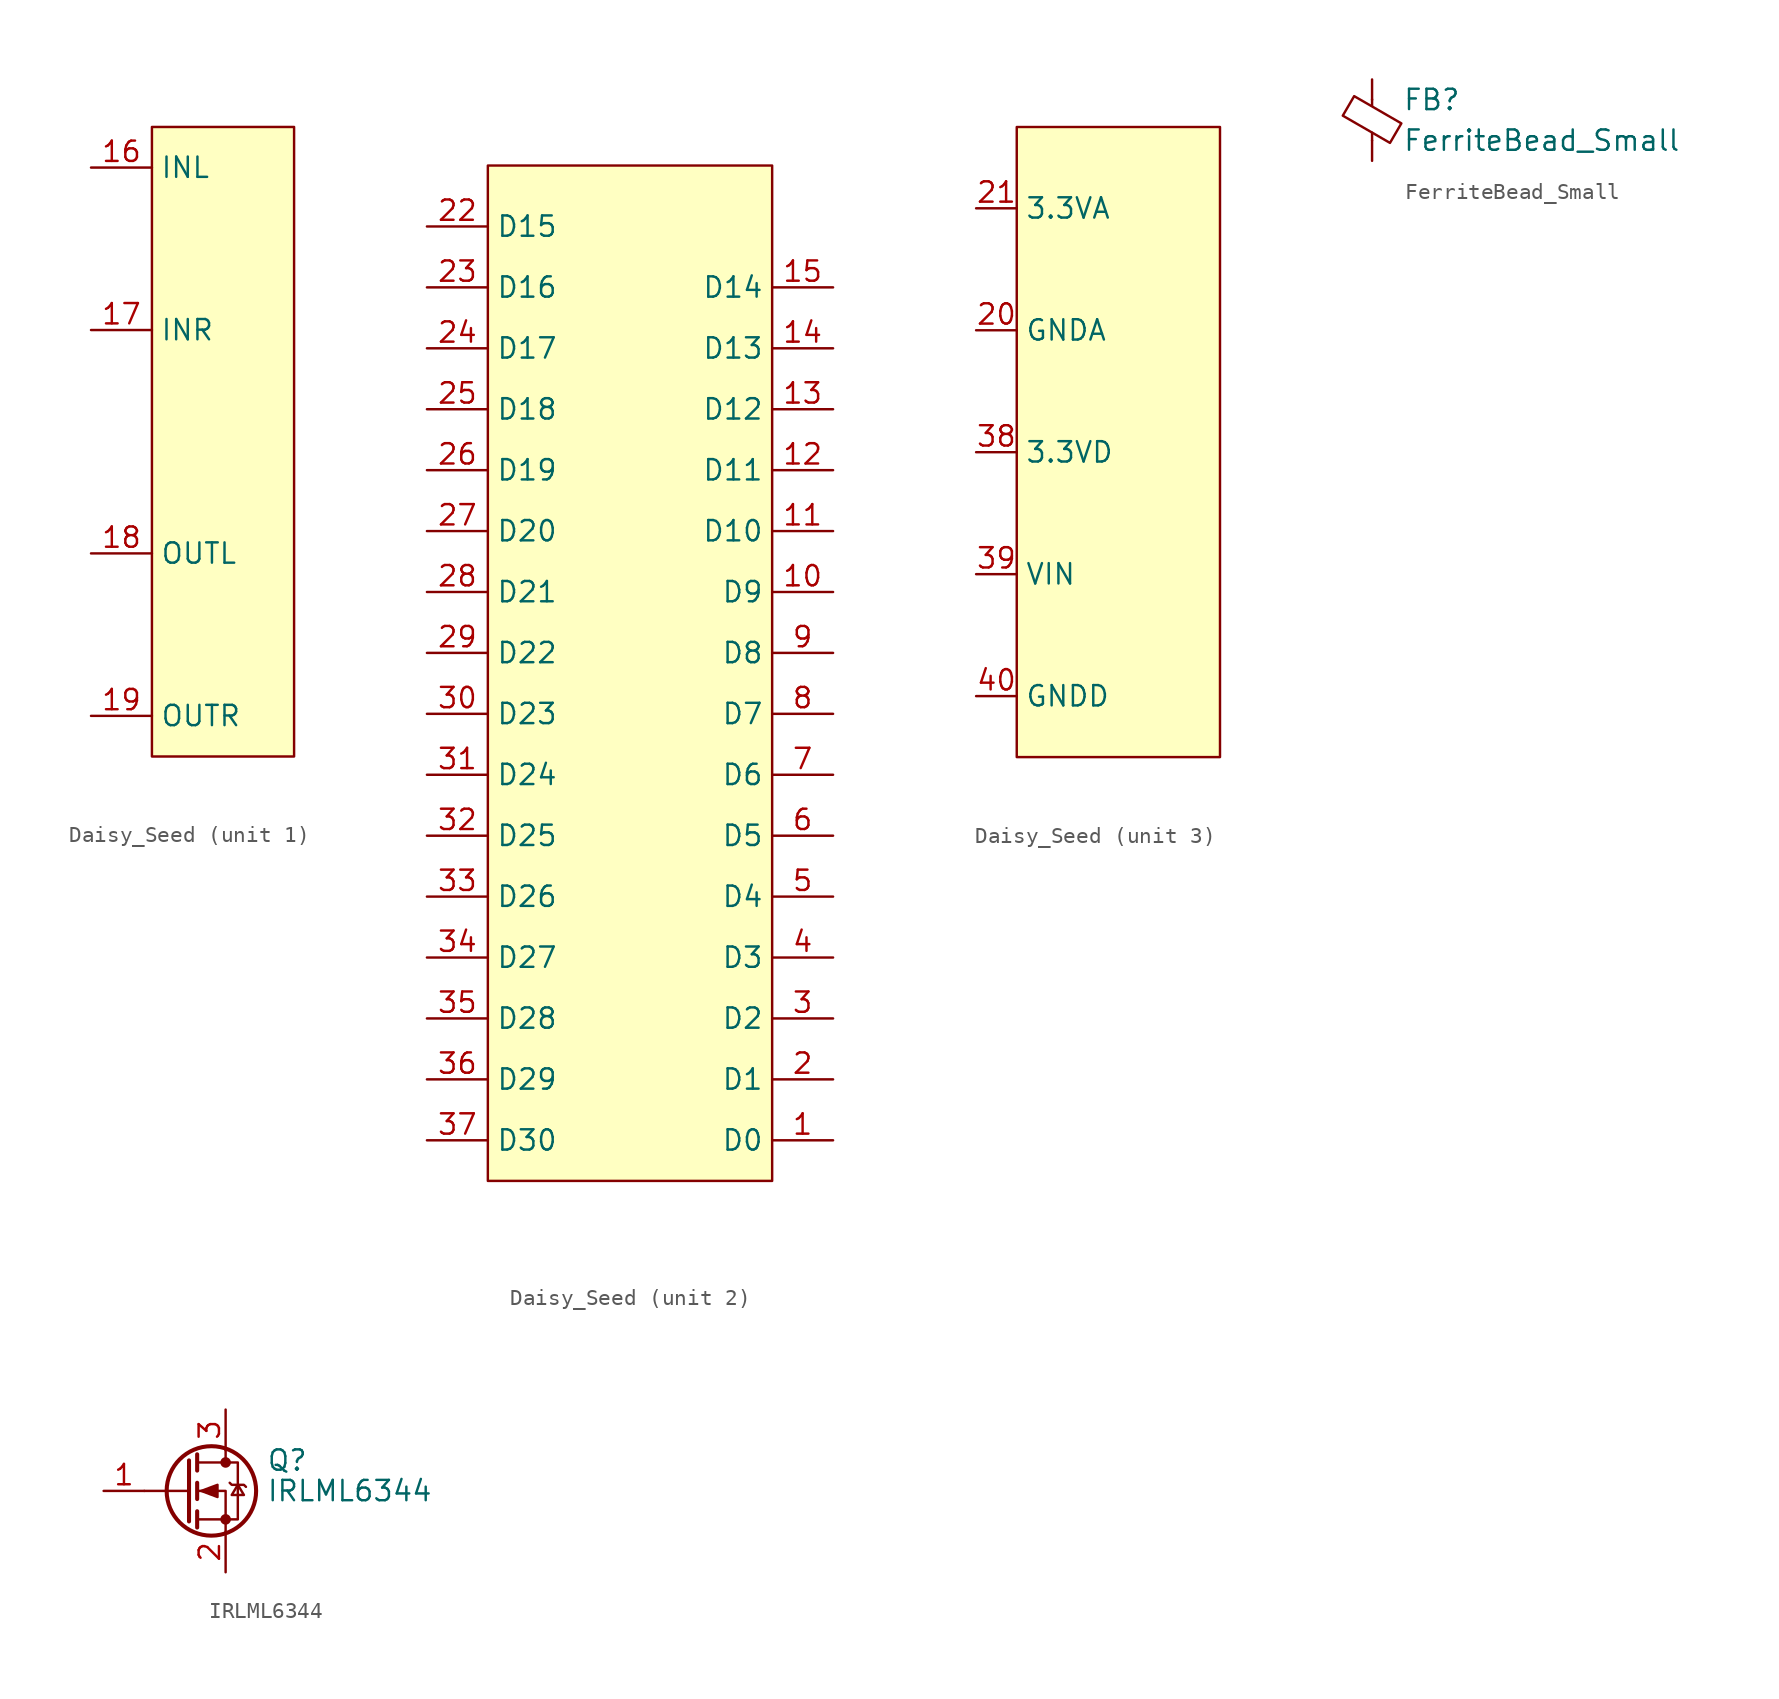
<source format=kicad_sym>
(kicad_symbol_lib
  (version 20241209)
  (generator "kicad_symbol_editor")
  (generator_version "9.0")
  (symbol "Daisy_Seed"
    (property "Reference" "U"
      (at -4.064 9.144 0)
      (effects (font (size 1.27 1.27)) (hide yes)))
    (property "ki_locked" ""
      (at 0 0 0)
      (effects (font (size 1.27 1.27))))
    (symbol "Daisy_Seed_1_1"
      (unit_name "Audio")
      (rectangle (start -3.81 1.27) (end 5.08 -38.1) (stroke (width 0) (type solid)) (fill (type background)))
      (pin input line (at -7.62 -1.27 0) (length 3.81) (name "INL" (effects (font (size 1.27 1.27)))) (number "16" (effects (font (size 1.27 1.27)))))
      (pin input line (at -7.62 -11.43 0) (length 3.81) (name "INR" (effects (font (size 1.27 1.27)))) (number "17" (effects (font (size 1.27 1.27)))))
      (pin output line (at -7.62 -25.4 0) (length 3.81) (name "OUTL" (effects (font (size 1.27 1.27)))) (number "18" (effects (font (size 1.27 1.27)))))
      (pin output line (at -7.62 -35.56 0) (length 3.81) (name "OUTR" (effects (font (size 1.27 1.27)))) (number "19" (effects (font (size 1.27 1.27))))))
    (symbol "Daisy_Seed_2_1"
      (unit_name "E/S")
      (rectangle (start -8.89 1.27) (end 8.89 -62.23) (stroke (width 0) (type solid)) (fill (type background)))
      (pin bidirectional line (at -12.7 -2.54 0) (length 3.81) (name "D15" (effects (font (size 1.27 1.27)))) (number "22" (effects (font (size 1.27 1.27)))))
      (pin bidirectional line (at -12.7 -6.35 0) (length 3.81) (name "D16" (effects (font (size 1.27 1.27)))) (number "23" (effects (font (size 1.27 1.27)))))
      (pin bidirectional line (at -12.7 -10.16 0) (length 3.81) (name "D17" (effects (font (size 1.27 1.27)))) (number "24" (effects (font (size 1.27 1.27)))))
      (pin bidirectional line (at -12.7 -13.97 0) (length 3.81) (name "D18" (effects (font (size 1.27 1.27)))) (number "25" (effects (font (size 1.27 1.27)))))
      (pin bidirectional line (at -12.7 -17.78 0) (length 3.81) (name "D19" (effects (font (size 1.27 1.27)))) (number "26" (effects (font (size 1.27 1.27)))))
      (pin bidirectional line (at -12.7 -21.59 0) (length 3.81) (name "D20" (effects (font (size 1.27 1.27)))) (number "27" (effects (font (size 1.27 1.27)))))
      (pin bidirectional line (at -12.7 -25.4 0) (length 3.81) (name "D21" (effects (font (size 1.27 1.27)))) (number "28" (effects (font (size 1.27 1.27)))))
      (pin bidirectional line (at -12.7 -29.21 0) (length 3.81) (name "D22" (effects (font (size 1.27 1.27)))) (number "29" (effects (font (size 1.27 1.27)))))
      (pin bidirectional line (at -12.7 -33.02 0) (length 3.81) (name "D23" (effects (font (size 1.27 1.27)))) (number "30" (effects (font (size 1.27 1.27)))))
      (pin bidirectional line (at -12.7 -36.83 0) (length 3.81) (name "D24" (effects (font (size 1.27 1.27)))) (number "31" (effects (font (size 1.27 1.27)))))
      (pin bidirectional line (at -12.7 -40.64 0) (length 3.81) (name "D25" (effects (font (size 1.27 1.27)))) (number "32" (effects (font (size 1.27 1.27)))))
      (pin bidirectional line (at -12.7 -44.45 0) (length 3.81) (name "D26" (effects (font (size 1.27 1.27)))) (number "33" (effects (font (size 1.27 1.27)))))
      (pin bidirectional line (at -12.7 -48.26 0) (length 3.81) (name "D27" (effects (font (size 1.27 1.27)))) (number "34" (effects (font (size 1.27 1.27)))))
      (pin bidirectional line (at -12.7 -52.07 0) (length 3.81) (name "D28" (effects (font (size 1.27 1.27)))) (number "35" (effects (font (size 1.27 1.27)))))
      (pin bidirectional line (at -12.7 -55.88 0) (length 3.81) (name "D29" (effects (font (size 1.27 1.27)))) (number "36" (effects (font (size 1.27 1.27)))))
      (pin bidirectional line (at -12.7 -59.69 0) (length 3.81) (name "D30" (effects (font (size 1.27 1.27)))) (number "37" (effects (font (size 1.27 1.27)))))
      (pin bidirectional line (at 12.7 -6.35 180) (length 3.81) (name "D14" (effects (font (size 1.27 1.27)))) (number "15" (effects (font (size 1.27 1.27)))))
      (pin bidirectional line (at 12.7 -10.16 180) (length 3.81) (name "D13" (effects (font (size 1.27 1.27)))) (number "14" (effects (font (size 1.27 1.27)))))
      (pin bidirectional line (at 12.7 -13.97 180) (length 3.81) (name "D12" (effects (font (size 1.27 1.27)))) (number "13" (effects (font (size 1.27 1.27)))))
      (pin bidirectional line (at 12.7 -17.78 180) (length 3.81) (name "D11" (effects (font (size 1.27 1.27)))) (number "12" (effects (font (size 1.27 1.27)))))
      (pin bidirectional line (at 12.7 -21.59 180) (length 3.81) (name "D10" (effects (font (size 1.27 1.27)))) (number "11" (effects (font (size 1.27 1.27)))))
      (pin bidirectional line (at 12.7 -25.4 180) (length 3.81) (name "D9" (effects (font (size 1.27 1.27)))) (number "10" (effects (font (size 1.27 1.27)))))
      (pin bidirectional line (at 12.7 -29.21 180) (length 3.81) (name "D8" (effects (font (size 1.27 1.27)))) (number "9" (effects (font (size 1.27 1.27)))))
      (pin bidirectional line (at 12.7 -33.02 180) (length 3.81) (name "D7" (effects (font (size 1.27 1.27)))) (number "8" (effects (font (size 1.27 1.27)))))
      (pin bidirectional line (at 12.7 -36.83 180) (length 3.81) (name "D6" (effects (font (size 1.27 1.27)))) (number "7" (effects (font (size 1.27 1.27)))))
      (pin bidirectional line (at 12.7 -40.64 180) (length 3.81) (name "D5" (effects (font (size 1.27 1.27)))) (number "6" (effects (font (size 1.27 1.27)))))
      (pin bidirectional line (at 12.7 -44.45 180) (length 3.81) (name "D4" (effects (font (size 1.27 1.27)))) (number "5" (effects (font (size 1.27 1.27)))))
      (pin bidirectional line (at 12.7 -48.26 180) (length 3.81) (name "D3" (effects (font (size 1.27 1.27)))) (number "4" (effects (font (size 1.27 1.27)))))
      (pin bidirectional line (at 12.7 -52.07 180) (length 3.81) (name "D2" (effects (font (size 1.27 1.27)))) (number "3" (effects (font (size 1.27 1.27)))))
      (pin bidirectional line (at 12.7 -55.88 180) (length 3.81) (name "D1" (effects (font (size 1.27 1.27)))) (number "2" (effects (font (size 1.27 1.27)))))
      (pin bidirectional line (at 12.7 -59.69 180) (length 3.81) (name "D0" (effects (font (size 1.27 1.27)))) (number "1" (effects (font (size 1.27 1.27))))))
    (symbol "Daisy_Seed_3_1"
      (unit_name "Alim")
      (rectangle (start -6.35 2.54) (end 6.35 -36.83) (stroke (width 0) (type solid)) (fill (type background)))
      (pin input line (at -8.89 -2.54 0) (length 2.54) (name "3.3VA" (effects (font (size 1.27 1.27)))) (number "21" (effects (font (size 1.27 1.27)))))
      (pin input line (at -8.89 -10.16 0) (length 2.54) (name "GNDA" (effects (font (size 1.27 1.27)))) (number "20" (effects (font (size 1.27 1.27)))))
      (pin input line (at -8.89 -17.78 0) (length 2.54) (name "3.3VD" (effects (font (size 1.27 1.27)))) (number "38" (effects (font (size 1.27 1.27)))))
      (pin input line (at -8.89 -25.4 0) (length 2.54) (name "VIN" (effects (font (size 1.27 1.27)))) (number "39" (effects (font (size 1.27 1.27)))))
      (pin input line (at -8.89 -33.02 0) (length 2.54) (name "GNDD" (effects (font (size 1.27 1.27)))) (number "40" (effects (font (size 1.27 1.27)))))))
  (symbol "FerriteBead_Small"
    (pin_numbers
      (hide yes))
    (pin_names
      (offset 0))
    (property "Reference" "FB"
      (at 1.905 1.27 0)
      (effects (font (size 1.27 1.27)) (justify left)))
    (property "Value" "FerriteBead_Small"
      (at 1.905 -1.27 0)
      (effects (font (size 1.27 1.27)) (justify left)))
    (symbol "FerriteBead_Small_0_1"
      (polyline (pts (xy -1.829 0.279) (xy -1.118 1.499) (xy 1.829 -0.203) (xy 1.118 -1.422) (xy -1.829 0.279)) (stroke (width 0) (type default)) (fill (type none)))
      (polyline (pts (xy 0 0.889) (xy 0 1.295)) (stroke (width 0) (type default)) (fill (type none)))
      (polyline (pts (xy 0 -1.27) (xy 0 -0.787)) (stroke (width 0) (type default)) (fill (type none))))
    (symbol "FerriteBead_Small_1_1"
      (pin power_in line (at 0 2.54 270) (length 1.27) (name "~" (effects (font (size 1.27 1.27)))) (number "1" (effects (font (size 1.27 1.27)))))
      (pin power_out line (at 0 -2.54 90) (length 1.27) (name "~" (effects (font (size 1.27 1.27)))) (number "2" (effects (font (size 1.27 1.27)))))))
  (symbol "IRLML6344"
    (pin_names
      (hide yes))
    (property "Reference" "Q"
      (at 5.08 1.905 0)
      (effects (font (size 1.27 1.27)) (justify left)))
    (property "Value" "IRLML6344"
      (at 5.08 0 0)
      (effects (font (size 1.27 1.27)) (justify left)))
    (symbol "IRLML6344_0_1"
      (polyline (pts (xy 0.254 1.905) (xy 0.254 -1.905)) (stroke (width 0.254) (type default)) (fill (type none)))
      (polyline (pts (xy 0.254 0) (xy -2.54 0)) (stroke (width 0) (type default)) (fill (type none)))
      (polyline (pts (xy 0.762 2.286) (xy 0.762 1.27)) (stroke (width 0.254) (type default)) (fill (type none)))
      (polyline (pts (xy 0.762 0.508) (xy 0.762 -0.508)) (stroke (width 0.254) (type default)) (fill (type none)))
      (polyline (pts (xy 0.762 -1.27) (xy 0.762 -2.286)) (stroke (width 0.254) (type default)) (fill (type none)))
      (polyline (pts (xy 0.762 -1.778) (xy 3.302 -1.778) (xy 3.302 1.778) (xy 0.762 1.778)) (stroke (width 0) (type default)) (fill (type none)))
      (polyline (pts (xy 1.016 0) (xy 2.032 0.381) (xy 2.032 -0.381) (xy 1.016 0)) (stroke (width 0) (type default)) (fill (type outline)))
      (circle (center 1.651 0) (radius 2.794) (stroke (width 0.254) (type default)) (fill (type none)))
      (polyline (pts (xy 2.54 2.54) (xy 2.54 1.778)) (stroke (width 0) (type default)) (fill (type none)))
      (circle (center 2.54 1.778) (radius 0.254) (stroke (width 0) (type default)) (fill (type outline)))
      (circle (center 2.54 -1.778) (radius 0.254) (stroke (width 0) (type default)) (fill (type outline)))
      (polyline (pts (xy 2.54 -2.54) (xy 2.54 0) (xy 0.762 0)) (stroke (width 0) (type default)) (fill (type none)))
      (polyline (pts (xy 2.794 0.508) (xy 2.921 0.381) (xy 3.683 0.381) (xy 3.81 0.254)) (stroke (width 0) (type default)) (fill (type none)))
      (polyline (pts (xy 3.302 0.381) (xy 2.921 -0.254) (xy 3.683 -0.254) (xy 3.302 0.381)) (stroke (width 0) (type default)) (fill (type none))))
    (symbol "IRLML6344_1_1"
      (pin input line (at -5.08 0 0) (length 2.54) (name "G" (effects (font (size 1.27 1.27)))) (number "1" (effects (font (size 1.27 1.27)))))
      (pin passive line (at 2.54 5.08 270) (length 2.54) (name "D" (effects (font (size 1.27 1.27)))) (number "3" (effects (font (size 1.27 1.27)))))
      (pin passive line (at 2.54 -5.08 90) (length 2.54) (name "S" (effects (font (size 1.27 1.27)))) (number "2" (effects (font (size 1.27 1.27))))))))
</source>
